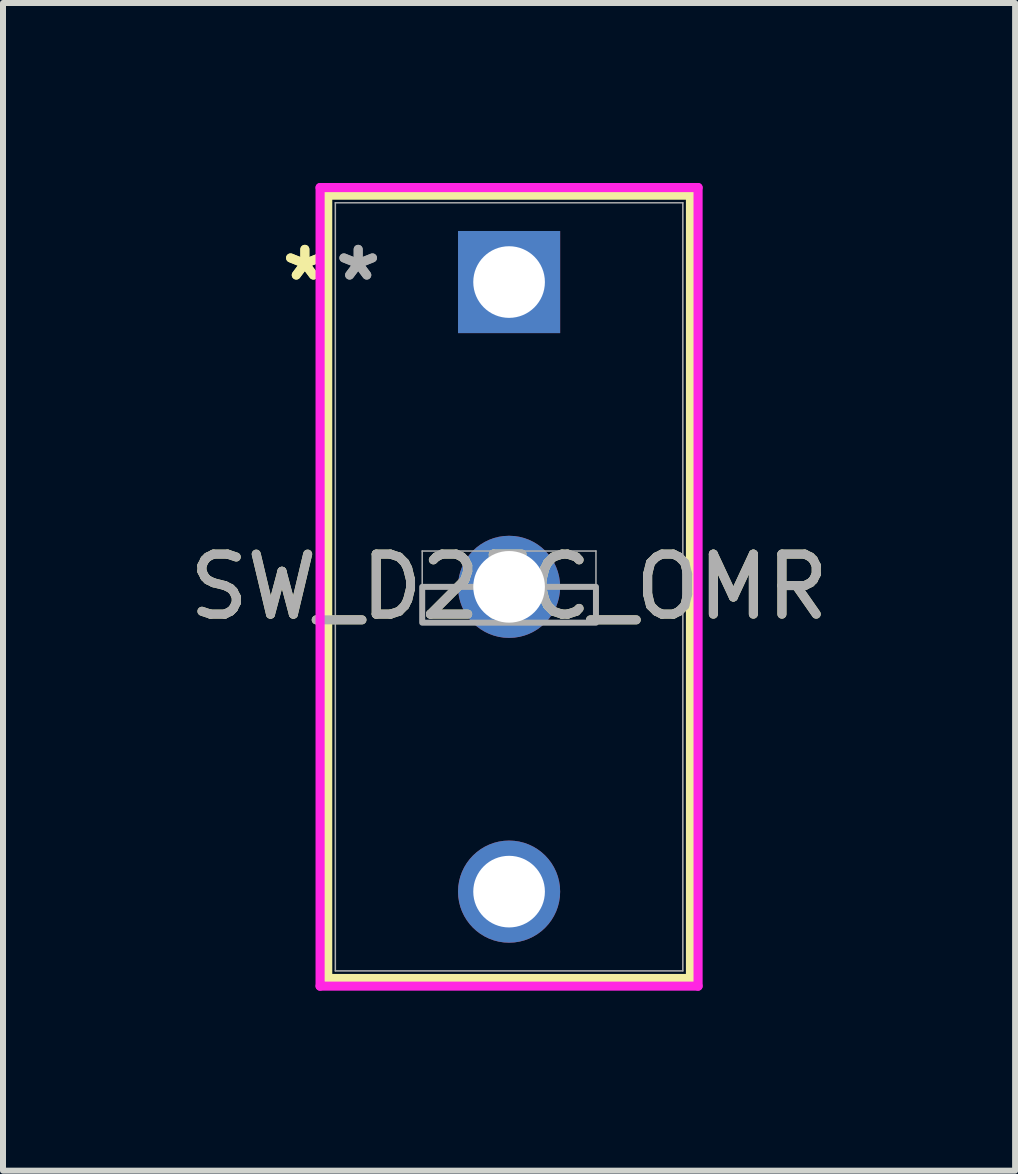
<source format=kicad_pcb>
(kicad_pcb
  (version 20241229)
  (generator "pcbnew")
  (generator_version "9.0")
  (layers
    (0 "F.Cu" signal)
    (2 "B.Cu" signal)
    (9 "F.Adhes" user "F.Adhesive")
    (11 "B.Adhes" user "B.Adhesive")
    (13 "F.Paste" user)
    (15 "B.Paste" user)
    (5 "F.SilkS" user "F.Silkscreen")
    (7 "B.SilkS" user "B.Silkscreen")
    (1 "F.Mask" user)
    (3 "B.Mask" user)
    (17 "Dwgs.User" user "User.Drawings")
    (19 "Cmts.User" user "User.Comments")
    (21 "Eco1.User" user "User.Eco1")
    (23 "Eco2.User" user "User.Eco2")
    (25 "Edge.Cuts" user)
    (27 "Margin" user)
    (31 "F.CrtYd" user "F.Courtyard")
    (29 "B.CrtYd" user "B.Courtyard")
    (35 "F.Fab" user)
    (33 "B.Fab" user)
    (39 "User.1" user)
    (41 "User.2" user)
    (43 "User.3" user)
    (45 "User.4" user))
  (footprint "SW_D2FC_OMR"
    (layer "F.Cu")
    (at 5.435 1.651)
    (property "Reference" "SW_D2FC_OMR" (at 0 5.08 0) (unlocked yes) (layer "F.SilkS") (effects (font (size 1 1) (thickness 0.15))))
    (attr through_hole)
    (fp_line (start -3.023 -1.448) (end -3.023 11.608) (stroke (width 0.152) (type solid)) (layer "F.SilkS"))
    (fp_line (start -3.023 11.608) (end 3.023 11.608) (stroke (width 0.152) (type solid)) (layer "F.SilkS"))
    (fp_line (start 3.023 -1.448) (end -3.023 -1.448) (stroke (width 0.152) (type solid)) (layer "F.SilkS"))
    (fp_line (start 3.023 11.608) (end 3.023 -1.448) (stroke (width 0.152) (type solid)) (layer "F.SilkS"))
    (fp_line (start -3.15 -1.575) (end -3.15 11.735) (stroke (width 0.152) (type solid)) (layer "F.CrtYd"))
    (fp_line (start -3.15 11.735) (end 3.15 11.735) (stroke (width 0.152) (type solid)) (layer "F.CrtYd"))
    (fp_line (start 3.15 -1.575) (end -3.15 -1.575) (stroke (width 0.152) (type solid)) (layer "F.CrtYd"))
    (fp_line (start 3.15 11.735) (end 3.15 -1.575) (stroke (width 0.152) (type solid)) (layer "F.CrtYd"))
    (fp_line (start -2.896 -1.321) (end -2.896 11.481) (stroke (width 0.025) (type solid)) (layer "F.Fab"))
    (fp_line (start -2.896 11.481) (end 2.896 11.481) (stroke (width 0.025) (type solid)) (layer "F.Fab"))
    (fp_line (start -1.448 4.483) (end 1.448 4.483) (stroke (width 0.025) (type solid)) (layer "F.Fab"))
    (fp_line (start -1.448 5.677) (end -1.448 4.483) (stroke (width 0.025) (type solid)) (layer "F.Fab"))
    (fp_line (start 1.448 4.483) (end 1.448 5.677) (stroke (width 0.025) (type solid)) (layer "F.Fab"))
    (fp_line (start 1.448 5.677) (end -1.448 5.677) (stroke (width 0.025) (type solid)) (layer "F.Fab"))
    (fp_line (start 2.896 -1.321) (end -2.896 -1.321) (stroke (width 0.025) (type solid)) (layer "F.Fab"))
    (fp_line (start 2.896 11.481) (end 2.896 -1.321) (stroke (width 0.025) (type solid)) (layer "F.Fab"))
    (fp_poly (pts (xy -1.448 5.677) (xy -1.448 5.08) (xy 1.448 5.08) (xy 1.448 5.677)) (stroke (width 0.1) (type solid)) (fill no) (layer "F.Fab"))
    (fp_text user "*" (at -3.404 0 0) (unlocked yes) (layer "F.SilkS") (effects (font (size 1 1) (thickness 0.15))))
    (fp_text user "*" (at -3.404 0 0) (layer "F.SilkS") (effects (font (size 1 1) (thickness 0.15))))
    (fp_text user "*" (at -2.515 0 0) (unlocked yes) (layer "F.Fab") (effects (font (size 1 1) (thickness 0.15))))
    (fp_text user "${REFERENCE}" (at 0 5.08 0) (unlocked yes) (layer "F.Fab") (effects (font (size 1 1) (thickness 0.15))))
    (fp_text user "*" (at -2.515 0 0) (layer "F.Fab") (effects (font (size 1 1) (thickness 0.15))))
    (pad "1" thru_hole rect (at 0 0) (size 1.702 1.702) (drill 1.194) (layers "*.Cu" "*.Mask"))
    (pad "2" thru_hole circle (at 0 5.08) (size 1.702 1.702) (drill 1.194) (layers "*.Cu" "*.Mask"))
    (pad "3" thru_hole circle (at 0 10.16) (size 1.702 1.702) (drill 1.194) (layers "*.Cu" "*.Mask")))
  (gr_rect
    (start -3 -3)
    (end 13.869 16.462)
    (stroke (width 0.1) (type default))
    (fill no)
    (layer "Edge.Cuts")))
</source>
